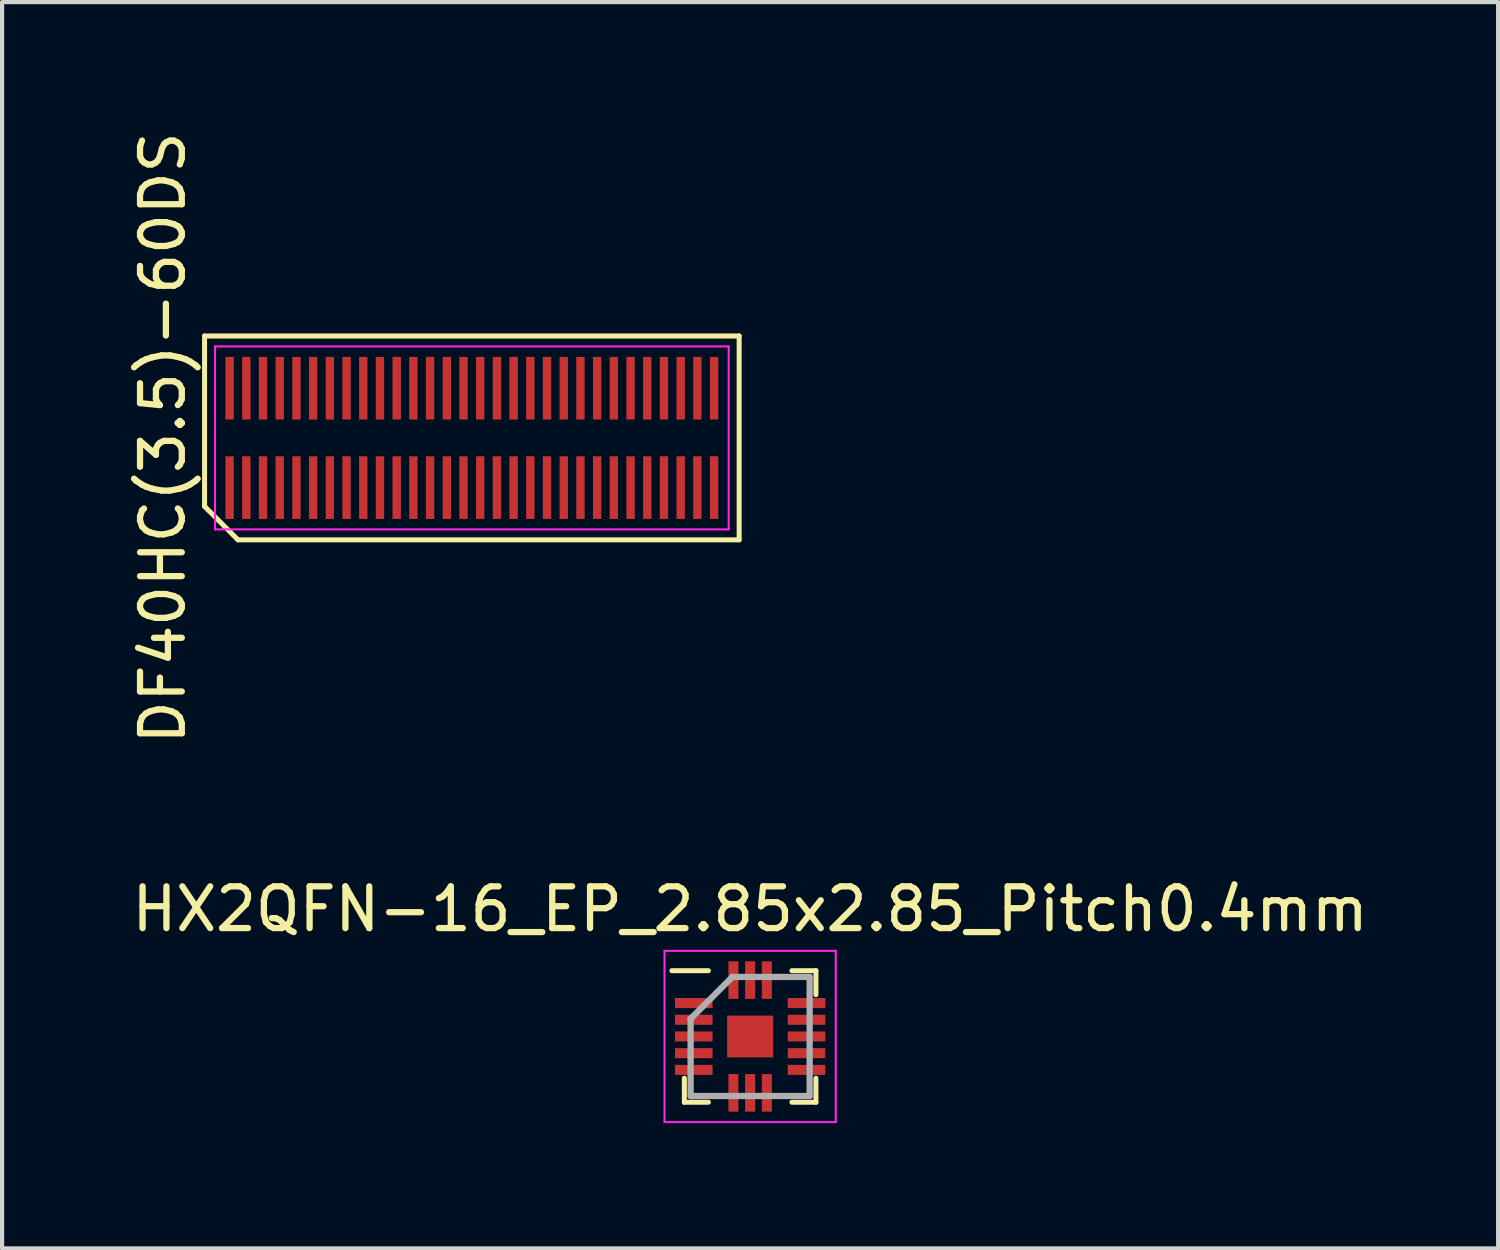
<source format=kicad_pcb>
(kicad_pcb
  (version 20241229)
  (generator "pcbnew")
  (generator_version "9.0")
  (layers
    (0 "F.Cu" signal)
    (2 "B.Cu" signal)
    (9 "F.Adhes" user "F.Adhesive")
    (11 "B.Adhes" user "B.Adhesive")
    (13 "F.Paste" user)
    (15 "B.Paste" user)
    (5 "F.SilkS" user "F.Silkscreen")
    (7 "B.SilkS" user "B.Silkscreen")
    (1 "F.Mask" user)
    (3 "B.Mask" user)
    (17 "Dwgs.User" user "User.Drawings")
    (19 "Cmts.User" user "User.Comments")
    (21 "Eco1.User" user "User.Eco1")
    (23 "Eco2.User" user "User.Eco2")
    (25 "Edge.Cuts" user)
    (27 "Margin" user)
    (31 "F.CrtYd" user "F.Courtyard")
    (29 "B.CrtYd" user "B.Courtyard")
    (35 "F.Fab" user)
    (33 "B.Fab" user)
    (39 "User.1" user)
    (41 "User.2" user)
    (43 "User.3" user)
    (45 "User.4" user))
  (footprint "DF40HC(3.5)-60DS"
    (layer "F.Cu")
    (at 9.248 7.435)
    (property "Reference" "DF40HC(3.5)-60DS" (at -8.4 0 90) (layer "F.SilkS") (effects (font (size 1 1) (thickness 0.15))))
    (attr smd)
    (fp_line (start -7.4 -2.44) (end 5.4 -2.44) (stroke (width 0.12) (type solid)) (layer "F.SilkS"))
    (fp_line (start -7.4 1.64) (end -7.4 -2.44) (stroke (width 0.12) (type solid)) (layer "F.SilkS"))
    (fp_line (start -6.6 2.44) (end -7.4 1.64) (stroke (width 0.12) (type solid)) (layer "F.SilkS"))
    (fp_line (start 5.4 -2.44) (end 5.4 2.44) (stroke (width 0.12) (type solid)) (layer "F.SilkS"))
    (fp_line (start 5.4 2.44) (end -6.6 2.44) (stroke (width 0.12) (type solid)) (layer "F.SilkS"))
    (fp_line (start -7.15 -2.19) (end 5.15 -2.19) (stroke (width 0.05) (type solid)) (layer "F.CrtYd"))
    (fp_line (start -7.15 2.19) (end -7.15 -2.19) (stroke (width 0.05) (type solid)) (layer "F.CrtYd"))
    (fp_line (start 5.15 -2.19) (end 5.15 2.19) (stroke (width 0.05) (type solid)) (layer "F.CrtYd"))
    (fp_line (start 5.15 2.19) (end -7.15 2.19) (stroke (width 0.05) (type solid)) (layer "F.CrtYd"))
    (pad "1" smd rect (at -6.8 1.19) (size 0.2 1.5) (layers "F.Cu" "F.Mask" "F.Paste"))
    (pad "2" smd rect (at -6.4 1.19) (size 0.2 1.5) (layers "F.Cu" "F.Mask" "F.Paste"))
    (pad "3" smd rect (at -6 1.19) (size 0.2 1.5) (layers "F.Cu" "F.Mask" "F.Paste"))
    (pad "4" smd rect (at -5.6 1.19) (size 0.2 1.5) (layers "F.Cu" "F.Mask" "F.Paste"))
    (pad "5" smd rect (at -5.2 1.19) (size 0.2 1.5) (layers "F.Cu" "F.Mask" "F.Paste"))
    (pad "6" smd rect (at -4.8 1.19) (size 0.2 1.5) (layers "F.Cu" "F.Mask" "F.Paste"))
    (pad "7" smd rect (at -4.4 1.19) (size 0.2 1.5) (layers "F.Cu" "F.Mask" "F.Paste"))
    (pad "8" smd rect (at -4 1.19) (size 0.2 1.5) (layers "F.Cu" "F.Mask" "F.Paste"))
    (pad "9" smd rect (at -3.6 1.19) (size 0.2 1.5) (layers "F.Cu" "F.Mask" "F.Paste"))
    (pad "10" smd rect (at -3.2 1.19) (size 0.2 1.5) (layers "F.Cu" "F.Mask" "F.Paste"))
    (pad "11" smd rect (at -2.8 1.19) (size 0.2 1.5) (layers "F.Cu" "F.Mask" "F.Paste"))
    (pad "12" smd rect (at -2.4 1.19) (size 0.2 1.5) (layers "F.Cu" "F.Mask" "F.Paste"))
    (pad "13" smd rect (at -2 1.19) (size 0.2 1.5) (layers "F.Cu" "F.Mask" "F.Paste"))
    (pad "14" smd rect (at -1.6 1.19) (size 0.2 1.5) (layers "F.Cu" "F.Mask" "F.Paste"))
    (pad "15" smd rect (at -1.2 1.19) (size 0.2 1.5) (layers "F.Cu" "F.Mask" "F.Paste"))
    (pad "16" smd rect (at -0.8 1.19) (size 0.2 1.5) (layers "F.Cu" "F.Mask" "F.Paste"))
    (pad "17" smd rect (at -0.4 1.19) (size 0.2 1.5) (layers "F.Cu" "F.Mask" "F.Paste"))
    (pad "18" smd rect (at 0 1.19) (size 0.2 1.5) (layers "F.Cu" "F.Mask" "F.Paste"))
    (pad "19" smd rect (at 0.4 1.19) (size 0.2 1.5) (layers "F.Cu" "F.Mask" "F.Paste"))
    (pad "20" smd rect (at 0.8 1.19) (size 0.2 1.5) (layers "F.Cu" "F.Mask" "F.Paste"))
    (pad "21" smd rect (at 1.2 1.19) (size 0.2 1.5) (layers "F.Cu" "F.Mask" "F.Paste"))
    (pad "22" smd rect (at 1.6 1.19) (size 0.2 1.5) (layers "F.Cu" "F.Mask" "F.Paste"))
    (pad "23" smd rect (at 2 1.19) (size 0.2 1.5) (layers "F.Cu" "F.Mask" "F.Paste"))
    (pad "24" smd rect (at 2.4 1.19) (size 0.2 1.5) (layers "F.Cu" "F.Mask" "F.Paste"))
    (pad "25" smd rect (at 2.8 1.19) (size 0.2 1.5) (layers "F.Cu" "F.Mask" "F.Paste"))
    (pad "26" smd rect (at 3.2 1.19) (size 0.2 1.5) (layers "F.Cu" "F.Mask" "F.Paste"))
    (pad "27" smd rect (at 3.6 1.19) (size 0.2 1.5) (layers "F.Cu" "F.Mask" "F.Paste"))
    (pad "28" smd rect (at 4 1.19) (size 0.2 1.5) (layers "F.Cu" "F.Mask" "F.Paste"))
    (pad "29" smd rect (at 4.4 1.19) (size 0.2 1.5) (layers "F.Cu" "F.Mask" "F.Paste"))
    (pad "30" smd rect (at 4.8 1.19) (size 0.2 1.5) (layers "F.Cu" "F.Mask" "F.Paste"))
    (pad "31" smd rect (at 4.8 -1.19) (size 0.2 1.5) (layers "F.Cu" "F.Mask" "F.Paste"))
    (pad "32" smd rect (at 4.4 -1.19) (size 0.2 1.5) (layers "F.Cu" "F.Mask" "F.Paste"))
    (pad "33" smd rect (at 4 -1.19) (size 0.2 1.5) (layers "F.Cu" "F.Mask" "F.Paste"))
    (pad "34" smd rect (at 3.6 -1.19) (size 0.2 1.5) (layers "F.Cu" "F.Mask" "F.Paste"))
    (pad "35" smd rect (at 3.2 -1.19) (size 0.2 1.5) (layers "F.Cu" "F.Mask" "F.Paste"))
    (pad "36" smd rect (at 2.8 -1.19) (size 0.2 1.5) (layers "F.Cu" "F.Mask" "F.Paste"))
    (pad "37" smd rect (at 2.4 -1.19) (size 0.2 1.5) (layers "F.Cu" "F.Mask" "F.Paste"))
    (pad "38" smd rect (at 2 -1.19) (size 0.2 1.5) (layers "F.Cu" "F.Mask" "F.Paste"))
    (pad "39" smd rect (at 1.6 -1.19) (size 0.2 1.5) (layers "F.Cu" "F.Mask" "F.Paste"))
    (pad "40" smd rect (at 1.2 -1.19) (size 0.2 1.5) (layers "F.Cu" "F.Mask" "F.Paste"))
    (pad "41" smd rect (at 0.8 -1.19) (size 0.2 1.5) (layers "F.Cu" "F.Mask" "F.Paste"))
    (pad "42" smd rect (at 0.4 -1.19) (size 0.2 1.5) (layers "F.Cu" "F.Mask" "F.Paste"))
    (pad "43" smd rect (at 0 -1.19) (size 0.2 1.5) (layers "F.Cu" "F.Mask" "F.Paste"))
    (pad "44" smd rect (at -0.4 -1.19) (size 0.2 1.5) (layers "F.Cu" "F.Mask" "F.Paste"))
    (pad "45" smd rect (at -0.8 -1.19) (size 0.2 1.5) (layers "F.Cu" "F.Mask" "F.Paste"))
    (pad "46" smd rect (at -1.2 -1.19) (size 0.2 1.5) (layers "F.Cu" "F.Mask" "F.Paste"))
    (pad "47" smd rect (at -1.6 -1.19) (size 0.2 1.5) (layers "F.Cu" "F.Mask" "F.Paste"))
    (pad "48" smd rect (at -2 -1.19) (size 0.2 1.5) (layers "F.Cu" "F.Mask" "F.Paste"))
    (pad "49" smd rect (at -2.4 -1.19) (size 0.2 1.5) (layers "F.Cu" "F.Mask" "F.Paste"))
    (pad "50" smd rect (at -2.8 -1.19) (size 0.2 1.5) (layers "F.Cu" "F.Mask" "F.Paste"))
    (pad "51" smd rect (at -3.2 -1.19) (size 0.2 1.5) (layers "F.Cu" "F.Mask" "F.Paste"))
    (pad "52" smd rect (at -3.6 -1.19) (size 0.2 1.5) (layers "F.Cu" "F.Mask" "F.Paste"))
    (pad "53" smd rect (at -4 -1.19) (size 0.2 1.5) (layers "F.Cu" "F.Mask" "F.Paste"))
    (pad "54" smd rect (at -4.4 -1.19) (size 0.2 1.5) (layers "F.Cu" "F.Mask" "F.Paste"))
    (pad "55" smd rect (at -4.8 -1.19) (size 0.2 1.5) (layers "F.Cu" "F.Mask" "F.Paste"))
    (pad "56" smd rect (at -5.2 -1.19) (size 0.2 1.5) (layers "F.Cu" "F.Mask" "F.Paste"))
    (pad "57" smd rect (at -5.6 -1.19) (size 0.2 1.5) (layers "F.Cu" "F.Mask" "F.Paste"))
    (pad "58" smd rect (at -6 -1.19) (size 0.2 1.5) (layers "F.Cu" "F.Mask" "F.Paste"))
    (pad "59" smd rect (at -6.4 -1.19) (size 0.2 1.5) (layers "F.Cu" "F.Mask" "F.Paste"))
    (pad "60" smd rect (at -6.8 -1.19) (size 0.2 1.5) (layers "F.Cu" "F.Mask" "F.Paste")))
  (footprint "HX2QFN-16_EP_2.85x2.85_Pitch0.4mm"
    (layer "F.Cu")
    (at 14.911 21.767)
    (property "Reference" "HX2QFN-16_EP_2.85x2.85_Pitch0.4mm" (at 0 -3.05 0) (layer "F.SilkS") (effects (font (size 1 1) (thickness 0.15))))
    (attr smd)
    (fp_line (start -1.575 1.575) (end -1.575 1) (stroke (width 0.12) (type solid)) (layer "F.SilkS"))
    (fp_line (start -1 -1.575) (end -1.875 -1.575) (stroke (width 0.12) (type solid)) (layer "F.SilkS"))
    (fp_line (start -1 1.575) (end -1.575 1.575) (stroke (width 0.12) (type solid)) (layer "F.SilkS"))
    (fp_line (start 1 -1.575) (end 1.575 -1.575) (stroke (width 0.12) (type solid)) (layer "F.SilkS"))
    (fp_line (start 1 1.575) (end 1.575 1.575) (stroke (width 0.12) (type solid)) (layer "F.SilkS"))
    (fp_line (start 1.575 -1.575) (end 1.575 -1) (stroke (width 0.12) (type solid)) (layer "F.SilkS"))
    (fp_line (start 1.575 1.575) (end 1.575 1) (stroke (width 0.12) (type solid)) (layer "F.SilkS"))
    (fp_line (start -2.05 -2.05) (end 2.05 -2.05) (stroke (width 0.05) (type solid)) (layer "F.CrtYd"))
    (fp_line (start -2.05 2.05) (end -2.05 -2.05) (stroke (width 0.05) (type solid)) (layer "F.CrtYd"))
    (fp_line (start 2.05 -2.05) (end 2.05 2.05) (stroke (width 0.05) (type solid)) (layer "F.CrtYd"))
    (fp_line (start 2.05 2.05) (end -2.05 2.05) (stroke (width 0.05) (type solid)) (layer "F.CrtYd"))
    (fp_line (start -1.425 -0.425) (end -1.425 1.425) (stroke (width 0.15) (type solid)) (layer "F.Fab"))
    (fp_line (start -1.425 1.425) (end 1.425 1.425) (stroke (width 0.15) (type solid)) (layer "F.Fab"))
    (fp_line (start -0.425 -1.425) (end -1.425 -0.425) (stroke (width 0.15) (type solid)) (layer "F.Fab"))
    (fp_line (start 1.425 -1.425) (end -0.425 -1.425) (stroke (width 0.15) (type solid)) (layer "F.Fab"))
    (fp_line (start 1.425 1.425) (end 1.425 -1.425) (stroke (width 0.15) (type solid)) (layer "F.Fab"))
    (pad "1" smd rect (at -1.35 -0.8 90) (size 0.24 0.9) (layers "F.Cu" "F.Mask" "F.Paste"))
    (pad "2" smd rect (at -1.35 -0.4 90) (size 0.24 0.9) (layers "F.Cu" "F.Mask" "F.Paste"))
    (pad "3" smd rect (at -1.35 0 90) (size 0.24 0.9) (layers "F.Cu" "F.Mask" "F.Paste"))
    (pad "4" smd rect (at -1.35 0.4 90) (size 0.24 0.9) (layers "F.Cu" "F.Mask" "F.Paste"))
    (pad "5" smd rect (at -1.35 0.8 90) (size 0.24 0.9) (layers "F.Cu" "F.Mask" "F.Paste"))
    (pad "6" smd rect (at -0.4 1.35) (size 0.24 0.9) (layers "F.Cu" "F.Mask" "F.Paste"))
    (pad "7" smd rect (at 0 1.35) (size 0.24 0.9) (layers "F.Cu" "F.Mask" "F.Paste"))
    (pad "8" smd rect (at 0.4 1.35) (size 0.24 0.9) (layers "F.Cu" "F.Mask" "F.Paste"))
    (pad "9" smd rect (at 1.35 0.8 90) (size 0.24 0.9) (layers "F.Cu" "F.Mask" "F.Paste"))
    (pad "10" smd rect (at 1.35 0.4 90) (size 0.24 0.9) (layers "F.Cu" "F.Mask" "F.Paste"))
    (pad "11" smd rect (at 1.35 0 90) (size 0.24 0.9) (layers "F.Cu" "F.Mask" "F.Paste"))
    (pad "12" smd rect (at 1.35 -0.4 90) (size 0.24 0.9) (layers "F.Cu" "F.Mask" "F.Paste"))
    (pad "13" smd rect (at 1.35 -0.8 90) (size 0.24 0.9) (layers "F.Cu" "F.Mask" "F.Paste"))
    (pad "14" smd rect (at 0.4 -1.35) (size 0.24 0.9) (layers "F.Cu" "F.Mask" "F.Paste"))
    (pad "15" smd rect (at 0 -1.35) (size 0.24 0.9) (layers "F.Cu" "F.Mask" "F.Paste"))
    (pad "16" smd rect (at -0.4 -1.35) (size 0.24 0.9) (layers "F.Cu" "F.Mask" "F.Paste"))
    (pad "17" smd rect (at 0 0) (size 1.1 1) (layers "F.Cu" "F.Mask" "F.Paste")))
  (gr_rect
    (start -3 -3)
    (end 32.821 26.842)
    (stroke (width 0.1) (type default))
    (fill no)
    (layer "Edge.Cuts")))
</source>
